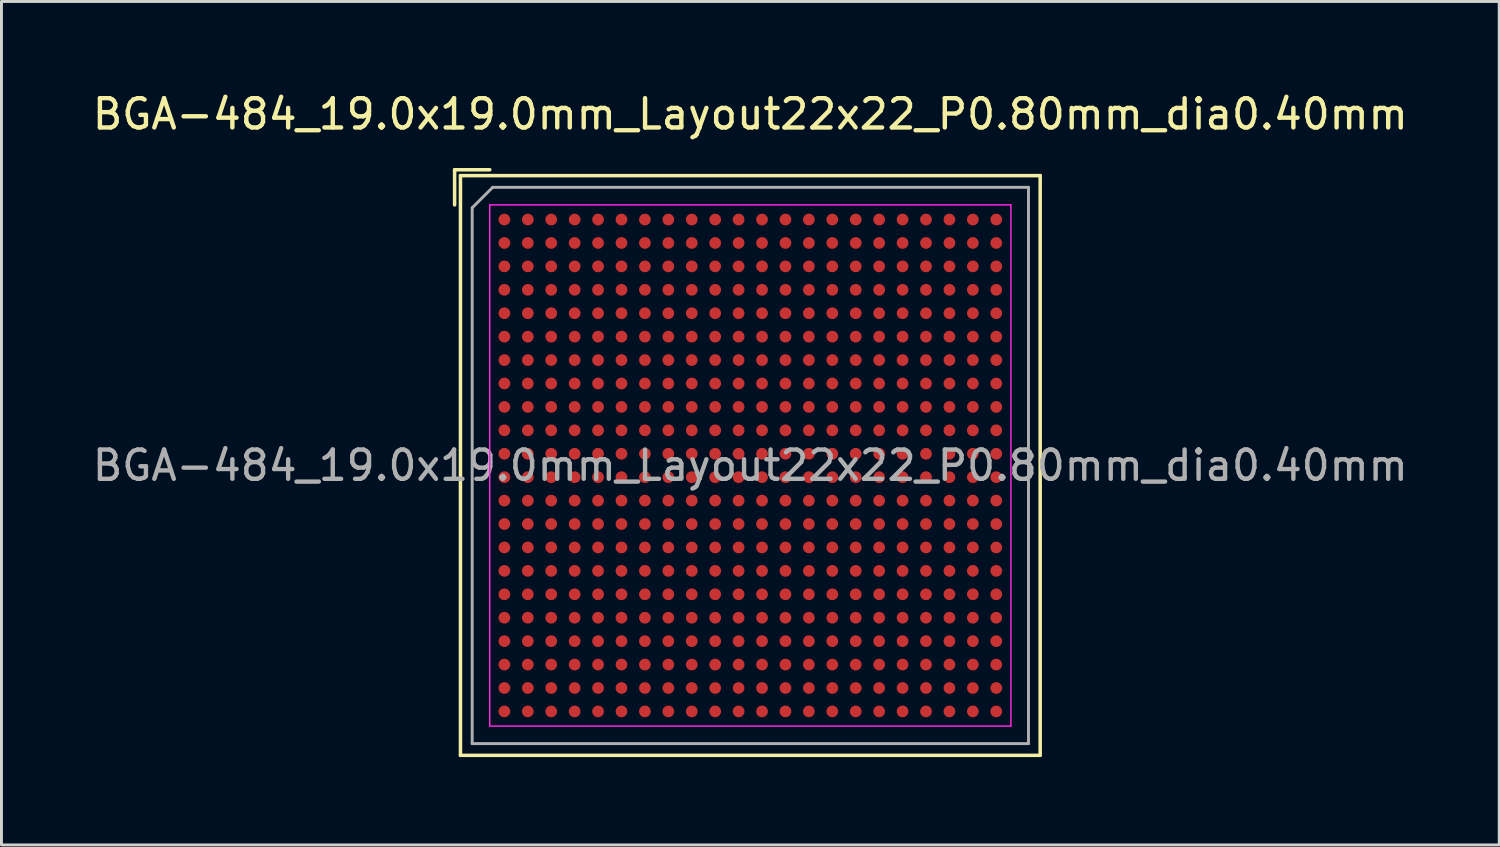
<source format=kicad_pcb>
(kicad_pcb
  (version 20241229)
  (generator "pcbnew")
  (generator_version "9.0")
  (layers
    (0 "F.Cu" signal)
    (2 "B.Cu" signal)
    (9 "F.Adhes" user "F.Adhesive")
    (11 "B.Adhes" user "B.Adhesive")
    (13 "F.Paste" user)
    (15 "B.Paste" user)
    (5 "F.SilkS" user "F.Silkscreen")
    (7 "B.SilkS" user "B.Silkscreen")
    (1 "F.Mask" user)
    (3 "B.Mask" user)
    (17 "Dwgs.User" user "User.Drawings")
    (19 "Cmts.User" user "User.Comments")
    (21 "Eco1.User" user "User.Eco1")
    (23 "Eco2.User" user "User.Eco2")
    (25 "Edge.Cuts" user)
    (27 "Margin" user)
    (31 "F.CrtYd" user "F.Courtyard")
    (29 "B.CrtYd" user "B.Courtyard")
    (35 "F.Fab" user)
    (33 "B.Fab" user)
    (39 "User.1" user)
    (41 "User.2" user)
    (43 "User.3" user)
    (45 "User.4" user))
  (footprint "BGA-484_19.0x19.0mm_Layout22x22_P0.80mm_dia0.40mm"
    (layer "F.Cu")
    (at 22.577 12.848)
    (property "Reference" "BGA-484_19.0x19.0mm_Layout22x22_P0.80mm_dia0.40mm" (at 0 -12 0) (layer "F.SilkS") (effects (font (size 1 1) (thickness 0.15))))
    (attr smd)
    (fp_line (start -10.1 -10.1) (end -8.9 -10.1) (stroke (width 0.12) (type solid)) (layer "F.SilkS"))
    (fp_line (start -10.1 -8.9) (end -10.1 -10.1) (stroke (width 0.12) (type solid)) (layer "F.SilkS"))
    (fp_line (start -9.9 -9.9) (end 9.9 -9.9) (stroke (width 0.12) (type solid)) (layer "F.SilkS"))
    (fp_line (start -9.9 9.9) (end -9.9 -9.9) (stroke (width 0.12) (type solid)) (layer "F.SilkS"))
    (fp_line (start 9.9 -9.9) (end 9.9 9.9) (stroke (width 0.12) (type solid)) (layer "F.SilkS"))
    (fp_line (start 9.9 9.9) (end -9.9 9.9) (stroke (width 0.12) (type solid)) (layer "F.SilkS"))
    (fp_line (start -8.9 -8.9) (end -8.9 8.9) (stroke (width 0.05) (type solid)) (layer "F.CrtYd"))
    (fp_line (start -8.9 -8.9) (end 8.9 -8.9) (stroke (width 0.05) (type solid)) (layer "F.CrtYd"))
    (fp_line (start 8.9 8.9) (end -8.9 8.9) (stroke (width 0.05) (type solid)) (layer "F.CrtYd"))
    (fp_line (start 8.9 8.9) (end 8.9 -8.9) (stroke (width 0.05) (type solid)) (layer "F.CrtYd"))
    (fp_line (start -9.5 -8.8) (end -8.8 -9.5) (stroke (width 0.1) (type solid)) (layer "F.Fab"))
    (fp_line (start -9.5 9.5) (end -9.5 -8.8) (stroke (width 0.1) (type solid)) (layer "F.Fab"))
    (fp_line (start -8.8 -9.5) (end 9.5 -9.5) (stroke (width 0.1) (type solid)) (layer "F.Fab"))
    (fp_line (start 9.5 -9.5) (end 9.5 9.5) (stroke (width 0.1) (type solid)) (layer "F.Fab"))
    (fp_line (start 9.5 9.5) (end -9.5 9.5) (stroke (width 0.1) (type solid)) (layer "F.Fab"))
    (fp_text user "${REFERENCE}" (at 0 0 0) (layer "F.Fab") (effects (font (size 1 1) (thickness 0.15))))
    (pad "A1" smd circle (at -8.4 -8.4) (size 0.4 0.4) (layers "F.Cu" "F.Mask" "F.Paste"))
    (pad "A2" smd circle (at -7.6 -8.4) (size 0.4 0.4) (layers "F.Cu" "F.Mask" "F.Paste"))
    (pad "A3" smd circle (at -6.8 -8.4) (size 0.4 0.4) (layers "F.Cu" "F.Mask" "F.Paste"))
    (pad "A4" smd circle (at -6 -8.4) (size 0.4 0.4) (layers "F.Cu" "F.Mask" "F.Paste"))
    (pad "A5" smd circle (at -5.2 -8.4) (size 0.4 0.4) (layers "F.Cu" "F.Mask" "F.Paste"))
    (pad "A6" smd circle (at -4.4 -8.4) (size 0.4 0.4) (layers "F.Cu" "F.Mask" "F.Paste"))
    (pad "A7" smd circle (at -3.6 -8.4) (size 0.4 0.4) (layers "F.Cu" "F.Mask" "F.Paste"))
    (pad "A8" smd circle (at -2.8 -8.4) (size 0.4 0.4) (layers "F.Cu" "F.Mask" "F.Paste"))
    (pad "A9" smd circle (at -2 -8.4) (size 0.4 0.4) (layers "F.Cu" "F.Mask" "F.Paste"))
    (pad "A10" smd circle (at -1.2 -8.4) (size 0.4 0.4) (layers "F.Cu" "F.Mask" "F.Paste"))
    (pad "A11" smd circle (at -0.4 -8.4) (size 0.4 0.4) (layers "F.Cu" "F.Mask" "F.Paste"))
    (pad "A12" smd circle (at 0.4 -8.4) (size 0.4 0.4) (layers "F.Cu" "F.Mask" "F.Paste"))
    (pad "A13" smd circle (at 1.2 -8.4) (size 0.4 0.4) (layers "F.Cu" "F.Mask" "F.Paste"))
    (pad "A14" smd circle (at 2 -8.4) (size 0.4 0.4) (layers "F.Cu" "F.Mask" "F.Paste"))
    (pad "A15" smd circle (at 2.8 -8.4) (size 0.4 0.4) (layers "F.Cu" "F.Mask" "F.Paste"))
    (pad "A16" smd circle (at 3.6 -8.4) (size 0.4 0.4) (layers "F.Cu" "F.Mask" "F.Paste"))
    (pad "A17" smd circle (at 4.4 -8.4) (size 0.4 0.4) (layers "F.Cu" "F.Mask" "F.Paste"))
    (pad "A18" smd circle (at 5.2 -8.4) (size 0.4 0.4) (layers "F.Cu" "F.Mask" "F.Paste"))
    (pad "A19" smd circle (at 6 -8.4) (size 0.4 0.4) (layers "F.Cu" "F.Mask" "F.Paste"))
    (pad "A20" smd circle (at 6.8 -8.4) (size 0.4 0.4) (layers "F.Cu" "F.Mask" "F.Paste"))
    (pad "A21" smd circle (at 7.6 -8.4) (size 0.4 0.4) (layers "F.Cu" "F.Mask" "F.Paste"))
    (pad "A22" smd circle (at 8.4 -8.4) (size 0.4 0.4) (layers "F.Cu" "F.Mask" "F.Paste"))
    (pad "AA1" smd circle (at -8.4 7.6) (size 0.4 0.4) (layers "F.Cu" "F.Mask" "F.Paste"))
    (pad "AA2" smd circle (at -7.6 7.6) (size 0.4 0.4) (layers "F.Cu" "F.Mask" "F.Paste"))
    (pad "AA3" smd circle (at -6.8 7.6) (size 0.4 0.4) (layers "F.Cu" "F.Mask" "F.Paste"))
    (pad "AA4" smd circle (at -6 7.6) (size 0.4 0.4) (layers "F.Cu" "F.Mask" "F.Paste"))
    (pad "AA5" smd circle (at -5.2 7.6) (size 0.4 0.4) (layers "F.Cu" "F.Mask" "F.Paste"))
    (pad "AA6" smd circle (at -4.4 7.6) (size 0.4 0.4) (layers "F.Cu" "F.Mask" "F.Paste"))
    (pad "AA7" smd circle (at -3.6 7.6) (size 0.4 0.4) (layers "F.Cu" "F.Mask" "F.Paste"))
    (pad "AA8" smd circle (at -2.8 7.6) (size 0.4 0.4) (layers "F.Cu" "F.Mask" "F.Paste"))
    (pad "AA9" smd circle (at -2 7.6) (size 0.4 0.4) (layers "F.Cu" "F.Mask" "F.Paste"))
    (pad "AA10" smd circle (at -1.2 7.6) (size 0.4 0.4) (layers "F.Cu" "F.Mask" "F.Paste"))
    (pad "AA11" smd circle (at -0.4 7.6) (size 0.4 0.4) (layers "F.Cu" "F.Mask" "F.Paste"))
    (pad "AA12" smd circle (at 0.4 7.6) (size 0.4 0.4) (layers "F.Cu" "F.Mask" "F.Paste"))
    (pad "AA13" smd circle (at 1.2 7.6) (size 0.4 0.4) (layers "F.Cu" "F.Mask" "F.Paste"))
    (pad "AA14" smd circle (at 2 7.6) (size 0.4 0.4) (layers "F.Cu" "F.Mask" "F.Paste"))
    (pad "AA15" smd circle (at 2.8 7.6) (size 0.4 0.4) (layers "F.Cu" "F.Mask" "F.Paste"))
    (pad "AA16" smd circle (at 3.6 7.6) (size 0.4 0.4) (layers "F.Cu" "F.Mask" "F.Paste"))
    (pad "AA17" smd circle (at 4.4 7.6) (size 0.4 0.4) (layers "F.Cu" "F.Mask" "F.Paste"))
    (pad "AA18" smd circle (at 5.2 7.6) (size 0.4 0.4) (layers "F.Cu" "F.Mask" "F.Paste"))
    (pad "AA19" smd circle (at 6 7.6) (size 0.4 0.4) (layers "F.Cu" "F.Mask" "F.Paste"))
    (pad "AA20" smd circle (at 6.8 7.6) (size 0.4 0.4) (layers "F.Cu" "F.Mask" "F.Paste"))
    (pad "AA21" smd circle (at 7.6 7.6) (size 0.4 0.4) (layers "F.Cu" "F.Mask" "F.Paste"))
    (pad "AA22" smd circle (at 8.4 7.6) (size 0.4 0.4) (layers "F.Cu" "F.Mask" "F.Paste"))
    (pad "B1" smd circle (at -8.4 -7.6) (size 0.4 0.4) (layers "F.Cu" "F.Mask" "F.Paste"))
    (pad "B2" smd circle (at -7.6 -7.6) (size 0.4 0.4) (layers "F.Cu" "F.Mask" "F.Paste"))
    (pad "B3" smd circle (at -6.8 -7.6) (size 0.4 0.4) (layers "F.Cu" "F.Mask" "F.Paste"))
    (pad "B4" smd circle (at -6 -7.6) (size 0.4 0.4) (layers "F.Cu" "F.Mask" "F.Paste"))
    (pad "B5" smd circle (at -5.2 -7.6) (size 0.4 0.4) (layers "F.Cu" "F.Mask" "F.Paste"))
    (pad "B6" smd circle (at -4.4 -7.6) (size 0.4 0.4) (layers "F.Cu" "F.Mask" "F.Paste"))
    (pad "B7" smd circle (at -3.6 -7.6) (size 0.4 0.4) (layers "F.Cu" "F.Mask" "F.Paste"))
    (pad "B8" smd circle (at -2.8 -7.6) (size 0.4 0.4) (layers "F.Cu" "F.Mask" "F.Paste"))
    (pad "B9" smd circle (at -2 -7.6) (size 0.4 0.4) (layers "F.Cu" "F.Mask" "F.Paste"))
    (pad "B10" smd circle (at -1.2 -7.6) (size 0.4 0.4) (layers "F.Cu" "F.Mask" "F.Paste"))
    (pad "B11" smd circle (at -0.4 -7.6) (size 0.4 0.4) (layers "F.Cu" "F.Mask" "F.Paste"))
    (pad "B12" smd circle (at 0.4 -7.6) (size 0.4 0.4) (layers "F.Cu" "F.Mask" "F.Paste"))
    (pad "B13" smd circle (at 1.2 -7.6) (size 0.4 0.4) (layers "F.Cu" "F.Mask" "F.Paste"))
    (pad "B14" smd circle (at 2 -7.6) (size 0.4 0.4) (layers "F.Cu" "F.Mask" "F.Paste"))
    (pad "B15" smd circle (at 2.8 -7.6) (size 0.4 0.4) (layers "F.Cu" "F.Mask" "F.Paste"))
    (pad "B16" smd circle (at 3.6 -7.6) (size 0.4 0.4) (layers "F.Cu" "F.Mask" "F.Paste"))
    (pad "B17" smd circle (at 4.4 -7.6) (size 0.4 0.4) (layers "F.Cu" "F.Mask" "F.Paste"))
    (pad "B18" smd circle (at 5.2 -7.6) (size 0.4 0.4) (layers "F.Cu" "F.Mask" "F.Paste"))
    (pad "B19" smd circle (at 6 -7.6) (size 0.4 0.4) (layers "F.Cu" "F.Mask" "F.Paste"))
    (pad "B20" smd circle (at 6.8 -7.6) (size 0.4 0.4) (layers "F.Cu" "F.Mask" "F.Paste"))
    (pad "B21" smd circle (at 7.6 -7.6) (size 0.4 0.4) (layers "F.Cu" "F.Mask" "F.Paste"))
    (pad "B22" smd circle (at 8.4 -7.6) (size 0.4 0.4) (layers "F.Cu" "F.Mask" "F.Paste"))
    (pad "BB1" smd circle (at -8.4 8.4) (size 0.4 0.4) (layers "F.Cu" "F.Mask" "F.Paste"))
    (pad "BB2" smd circle (at -7.6 8.4) (size 0.4 0.4) (layers "F.Cu" "F.Mask" "F.Paste"))
    (pad "BB3" smd circle (at -6.8 8.4) (size 0.4 0.4) (layers "F.Cu" "F.Mask" "F.Paste"))
    (pad "BB4" smd circle (at -6 8.4) (size 0.4 0.4) (layers "F.Cu" "F.Mask" "F.Paste"))
    (pad "BB5" smd circle (at -5.2 8.4) (size 0.4 0.4) (layers "F.Cu" "F.Mask" "F.Paste"))
    (pad "BB6" smd circle (at -4.4 8.4) (size 0.4 0.4) (layers "F.Cu" "F.Mask" "F.Paste"))
    (pad "BB7" smd circle (at -3.6 8.4) (size 0.4 0.4) (layers "F.Cu" "F.Mask" "F.Paste"))
    (pad "BB8" smd circle (at -2.8 8.4) (size 0.4 0.4) (layers "F.Cu" "F.Mask" "F.Paste"))
    (pad "BB9" smd circle (at -2 8.4) (size 0.4 0.4) (layers "F.Cu" "F.Mask" "F.Paste"))
    (pad "BB10" smd circle (at -1.2 8.4) (size 0.4 0.4) (layers "F.Cu" "F.Mask" "F.Paste"))
    (pad "BB11" smd circle (at -0.4 8.4) (size 0.4 0.4) (layers "F.Cu" "F.Mask" "F.Paste"))
    (pad "BB12" smd circle (at 0.4 8.4) (size 0.4 0.4) (layers "F.Cu" "F.Mask" "F.Paste"))
    (pad "BB13" smd circle (at 1.2 8.4) (size 0.4 0.4) (layers "F.Cu" "F.Mask" "F.Paste"))
    (pad "BB14" smd circle (at 2 8.4) (size 0.4 0.4) (layers "F.Cu" "F.Mask" "F.Paste"))
    (pad "BB15" smd circle (at 2.8 8.4) (size 0.4 0.4) (layers "F.Cu" "F.Mask" "F.Paste"))
    (pad "BB16" smd circle (at 3.6 8.4) (size 0.4 0.4) (layers "F.Cu" "F.Mask" "F.Paste"))
    (pad "BB17" smd circle (at 4.4 8.4) (size 0.4 0.4) (layers "F.Cu" "F.Mask" "F.Paste"))
    (pad "BB18" smd circle (at 5.2 8.4) (size 0.4 0.4) (layers "F.Cu" "F.Mask" "F.Paste"))
    (pad "BB19" smd circle (at 6 8.4) (size 0.4 0.4) (layers "F.Cu" "F.Mask" "F.Paste"))
    (pad "BB20" smd circle (at 6.8 8.4) (size 0.4 0.4) (layers "F.Cu" "F.Mask" "F.Paste"))
    (pad "BB21" smd circle (at 7.6 8.4) (size 0.4 0.4) (layers "F.Cu" "F.Mask" "F.Paste"))
    (pad "BB22" smd circle (at 8.4 8.4) (size 0.4 0.4) (layers "F.Cu" "F.Mask" "F.Paste"))
    (pad "C1" smd circle (at -8.4 -6.8) (size 0.4 0.4) (layers "F.Cu" "F.Mask" "F.Paste"))
    (pad "C2" smd circle (at -7.6 -6.8) (size 0.4 0.4) (layers "F.Cu" "F.Mask" "F.Paste"))
    (pad "C3" smd circle (at -6.8 -6.8) (size 0.4 0.4) (layers "F.Cu" "F.Mask" "F.Paste"))
    (pad "C4" smd circle (at -6 -6.8) (size 0.4 0.4) (layers "F.Cu" "F.Mask" "F.Paste"))
    (pad "C5" smd circle (at -5.2 -6.8) (size 0.4 0.4) (layers "F.Cu" "F.Mask" "F.Paste"))
    (pad "C6" smd circle (at -4.4 -6.8) (size 0.4 0.4) (layers "F.Cu" "F.Mask" "F.Paste"))
    (pad "C7" smd circle (at -3.6 -6.8) (size 0.4 0.4) (layers "F.Cu" "F.Mask" "F.Paste"))
    (pad "C8" smd circle (at -2.8 -6.8) (size 0.4 0.4) (layers "F.Cu" "F.Mask" "F.Paste"))
    (pad "C9" smd circle (at -2 -6.8) (size 0.4 0.4) (layers "F.Cu" "F.Mask" "F.Paste"))
    (pad "C10" smd circle (at -1.2 -6.8) (size 0.4 0.4) (layers "F.Cu" "F.Mask" "F.Paste"))
    (pad "C11" smd circle (at -0.4 -6.8) (size 0.4 0.4) (layers "F.Cu" "F.Mask" "F.Paste"))
    (pad "C12" smd circle (at 0.4 -6.8) (size 0.4 0.4) (layers "F.Cu" "F.Mask" "F.Paste"))
    (pad "C13" smd circle (at 1.2 -6.8) (size 0.4 0.4) (layers "F.Cu" "F.Mask" "F.Paste"))
    (pad "C14" smd circle (at 2 -6.8) (size 0.4 0.4) (layers "F.Cu" "F.Mask" "F.Paste"))
    (pad "C15" smd circle (at 2.8 -6.8) (size 0.4 0.4) (layers "F.Cu" "F.Mask" "F.Paste"))
    (pad "C16" smd circle (at 3.6 -6.8) (size 0.4 0.4) (layers "F.Cu" "F.Mask" "F.Paste"))
    (pad "C17" smd circle (at 4.4 -6.8) (size 0.4 0.4) (layers "F.Cu" "F.Mask" "F.Paste"))
    (pad "C18" smd circle (at 5.2 -6.8) (size 0.4 0.4) (layers "F.Cu" "F.Mask" "F.Paste"))
    (pad "C19" smd circle (at 6 -6.8) (size 0.4 0.4) (layers "F.Cu" "F.Mask" "F.Paste"))
    (pad "C20" smd circle (at 6.8 -6.8) (size 0.4 0.4) (layers "F.Cu" "F.Mask" "F.Paste"))
    (pad "C21" smd circle (at 7.6 -6.8) (size 0.4 0.4) (layers "F.Cu" "F.Mask" "F.Paste"))
    (pad "C22" smd circle (at 8.4 -6.8) (size 0.4 0.4) (layers "F.Cu" "F.Mask" "F.Paste"))
    (pad "D1" smd circle (at -8.4 -6) (size 0.4 0.4) (layers "F.Cu" "F.Mask" "F.Paste"))
    (pad "D2" smd circle (at -7.6 -6) (size 0.4 0.4) (layers "F.Cu" "F.Mask" "F.Paste"))
    (pad "D3" smd circle (at -6.8 -6) (size 0.4 0.4) (layers "F.Cu" "F.Mask" "F.Paste"))
    (pad "D4" smd circle (at -6 -6) (size 0.4 0.4) (layers "F.Cu" "F.Mask" "F.Paste"))
    (pad "D5" smd circle (at -5.2 -6) (size 0.4 0.4) (layers "F.Cu" "F.Mask" "F.Paste"))
    (pad "D6" smd circle (at -4.4 -6) (size 0.4 0.4) (layers "F.Cu" "F.Mask" "F.Paste"))
    (pad "D7" smd circle (at -3.6 -6) (size 0.4 0.4) (layers "F.Cu" "F.Mask" "F.Paste"))
    (pad "D8" smd circle (at -2.8 -6) (size 0.4 0.4) (layers "F.Cu" "F.Mask" "F.Paste"))
    (pad "D9" smd circle (at -2 -6) (size 0.4 0.4) (layers "F.Cu" "F.Mask" "F.Paste"))
    (pad "D10" smd circle (at -1.2 -6) (size 0.4 0.4) (layers "F.Cu" "F.Mask" "F.Paste"))
    (pad "D11" smd circle (at -0.4 -6) (size 0.4 0.4) (layers "F.Cu" "F.Mask" "F.Paste"))
    (pad "D12" smd circle (at 0.4 -6) (size 0.4 0.4) (layers "F.Cu" "F.Mask" "F.Paste"))
    (pad "D13" smd circle (at 1.2 -6) (size 0.4 0.4) (layers "F.Cu" "F.Mask" "F.Paste"))
    (pad "D14" smd circle (at 2 -6) (size 0.4 0.4) (layers "F.Cu" "F.Mask" "F.Paste"))
    (pad "D15" smd circle (at 2.8 -6) (size 0.4 0.4) (layers "F.Cu" "F.Mask" "F.Paste"))
    (pad "D16" smd circle (at 3.6 -6) (size 0.4 0.4) (layers "F.Cu" "F.Mask" "F.Paste"))
    (pad "D17" smd circle (at 4.4 -6) (size 0.4 0.4) (layers "F.Cu" "F.Mask" "F.Paste"))
    (pad "D18" smd circle (at 5.2 -6) (size 0.4 0.4) (layers "F.Cu" "F.Mask" "F.Paste"))
    (pad "D19" smd circle (at 6 -6) (size 0.4 0.4) (layers "F.Cu" "F.Mask" "F.Paste"))
    (pad "D20" smd circle (at 6.8 -6) (size 0.4 0.4) (layers "F.Cu" "F.Mask" "F.Paste"))
    (pad "D21" smd circle (at 7.6 -6) (size 0.4 0.4) (layers "F.Cu" "F.Mask" "F.Paste"))
    (pad "D22" smd circle (at 8.4 -6) (size 0.4 0.4) (layers "F.Cu" "F.Mask" "F.Paste"))
    (pad "E1" smd circle (at -8.4 -5.2) (size 0.4 0.4) (layers "F.Cu" "F.Mask" "F.Paste"))
    (pad "E2" smd circle (at -7.6 -5.2) (size 0.4 0.4) (layers "F.Cu" "F.Mask" "F.Paste"))
    (pad "E3" smd circle (at -6.8 -5.2) (size 0.4 0.4) (layers "F.Cu" "F.Mask" "F.Paste"))
    (pad "E4" smd circle (at -6 -5.2) (size 0.4 0.4) (layers "F.Cu" "F.Mask" "F.Paste"))
    (pad "E5" smd circle (at -5.2 -5.2) (size 0.4 0.4) (layers "F.Cu" "F.Mask" "F.Paste"))
    (pad "E6" smd circle (at -4.4 -5.2) (size 0.4 0.4) (layers "F.Cu" "F.Mask" "F.Paste"))
    (pad "E7" smd circle (at -3.6 -5.2) (size 0.4 0.4) (layers "F.Cu" "F.Mask" "F.Paste"))
    (pad "E8" smd circle (at -2.8 -5.2) (size 0.4 0.4) (layers "F.Cu" "F.Mask" "F.Paste"))
    (pad "E9" smd circle (at -2 -5.2) (size 0.4 0.4) (layers "F.Cu" "F.Mask" "F.Paste"))
    (pad "E10" smd circle (at -1.2 -5.2) (size 0.4 0.4) (layers "F.Cu" "F.Mask" "F.Paste"))
    (pad "E11" smd circle (at -0.4 -5.2) (size 0.4 0.4) (layers "F.Cu" "F.Mask" "F.Paste"))
    (pad "E12" smd circle (at 0.4 -5.2) (size 0.4 0.4) (layers "F.Cu" "F.Mask" "F.Paste"))
    (pad "E13" smd circle (at 1.2 -5.2) (size 0.4 0.4) (layers "F.Cu" "F.Mask" "F.Paste"))
    (pad "E14" smd circle (at 2 -5.2) (size 0.4 0.4) (layers "F.Cu" "F.Mask" "F.Paste"))
    (pad "E15" smd circle (at 2.8 -5.2) (size 0.4 0.4) (layers "F.Cu" "F.Mask" "F.Paste"))
    (pad "E16" smd circle (at 3.6 -5.2) (size 0.4 0.4) (layers "F.Cu" "F.Mask" "F.Paste"))
    (pad "E17" smd circle (at 4.4 -5.2) (size 0.4 0.4) (layers "F.Cu" "F.Mask" "F.Paste"))
    (pad "E18" smd circle (at 5.2 -5.2) (size 0.4 0.4) (layers "F.Cu" "F.Mask" "F.Paste"))
    (pad "E19" smd circle (at 6 -5.2) (size 0.4 0.4) (layers "F.Cu" "F.Mask" "F.Paste"))
    (pad "E20" smd circle (at 6.8 -5.2) (size 0.4 0.4) (layers "F.Cu" "F.Mask" "F.Paste"))
    (pad "E21" smd circle (at 7.6 -5.2) (size 0.4 0.4) (layers "F.Cu" "F.Mask" "F.Paste"))
    (pad "E22" smd circle (at 8.4 -5.2) (size 0.4 0.4) (layers "F.Cu" "F.Mask" "F.Paste"))
    (pad "F1" smd circle (at -8.4 -4.4) (size 0.4 0.4) (layers "F.Cu" "F.Mask" "F.Paste"))
    (pad "F2" smd circle (at -7.6 -4.4) (size 0.4 0.4) (layers "F.Cu" "F.Mask" "F.Paste"))
    (pad "F3" smd circle (at -6.8 -4.4) (size 0.4 0.4) (layers "F.Cu" "F.Mask" "F.Paste"))
    (pad "F4" smd circle (at -6 -4.4) (size 0.4 0.4) (layers "F.Cu" "F.Mask" "F.Paste"))
    (pad "F5" smd circle (at -5.2 -4.4) (size 0.4 0.4) (layers "F.Cu" "F.Mask" "F.Paste"))
    (pad "F6" smd circle (at -4.4 -4.4) (size 0.4 0.4) (layers "F.Cu" "F.Mask" "F.Paste"))
    (pad "F7" smd circle (at -3.6 -4.4) (size 0.4 0.4) (layers "F.Cu" "F.Mask" "F.Paste"))
    (pad "F8" smd circle (at -2.8 -4.4) (size 0.4 0.4) (layers "F.Cu" "F.Mask" "F.Paste"))
    (pad "F9" smd circle (at -2 -4.4) (size 0.4 0.4) (layers "F.Cu" "F.Mask" "F.Paste"))
    (pad "F10" smd circle (at -1.2 -4.4) (size 0.4 0.4) (layers "F.Cu" "F.Mask" "F.Paste"))
    (pad "F11" smd circle (at -0.4 -4.4) (size 0.4 0.4) (layers "F.Cu" "F.Mask" "F.Paste"))
    (pad "F12" smd circle (at 0.4 -4.4) (size 0.4 0.4) (layers "F.Cu" "F.Mask" "F.Paste"))
    (pad "F13" smd circle (at 1.2 -4.4) (size 0.4 0.4) (layers "F.Cu" "F.Mask" "F.Paste"))
    (pad "F14" smd circle (at 2 -4.4) (size 0.4 0.4) (layers "F.Cu" "F.Mask" "F.Paste"))
    (pad "F15" smd circle (at 2.8 -4.4) (size 0.4 0.4) (layers "F.Cu" "F.Mask" "F.Paste"))
    (pad "F16" smd circle (at 3.6 -4.4) (size 0.4 0.4) (layers "F.Cu" "F.Mask" "F.Paste"))
    (pad "F17" smd circle (at 4.4 -4.4) (size 0.4 0.4) (layers "F.Cu" "F.Mask" "F.Paste"))
    (pad "F18" smd circle (at 5.2 -4.4) (size 0.4 0.4) (layers "F.Cu" "F.Mask" "F.Paste"))
    (pad "F19" smd circle (at 6 -4.4) (size 0.4 0.4) (layers "F.Cu" "F.Mask" "F.Paste"))
    (pad "F20" smd circle (at 6.8 -4.4) (size 0.4 0.4) (layers "F.Cu" "F.Mask" "F.Paste"))
    (pad "F21" smd circle (at 7.6 -4.4) (size 0.4 0.4) (layers "F.Cu" "F.Mask" "F.Paste"))
    (pad "F22" smd circle (at 8.4 -4.4) (size 0.4 0.4) (layers "F.Cu" "F.Mask" "F.Paste"))
    (pad "G1" smd circle (at -8.4 -3.6) (size 0.4 0.4) (layers "F.Cu" "F.Mask" "F.Paste"))
    (pad "G2" smd circle (at -7.6 -3.6) (size 0.4 0.4) (layers "F.Cu" "F.Mask" "F.Paste"))
    (pad "G3" smd circle (at -6.8 -3.6) (size 0.4 0.4) (layers "F.Cu" "F.Mask" "F.Paste"))
    (pad "G4" smd circle (at -6 -3.6) (size 0.4 0.4) (layers "F.Cu" "F.Mask" "F.Paste"))
    (pad "G5" smd circle (at -5.2 -3.6) (size 0.4 0.4) (layers "F.Cu" "F.Mask" "F.Paste"))
    (pad "G6" smd circle (at -4.4 -3.6) (size 0.4 0.4) (layers "F.Cu" "F.Mask" "F.Paste"))
    (pad "G7" smd circle (at -3.6 -3.6) (size 0.4 0.4) (layers "F.Cu" "F.Mask" "F.Paste"))
    (pad "G8" smd circle (at -2.8 -3.6) (size 0.4 0.4) (layers "F.Cu" "F.Mask" "F.Paste"))
    (pad "G9" smd circle (at -2 -3.6) (size 0.4 0.4) (layers "F.Cu" "F.Mask" "F.Paste"))
    (pad "G10" smd circle (at -1.2 -3.6) (size 0.4 0.4) (layers "F.Cu" "F.Mask" "F.Paste"))
    (pad "G11" smd circle (at -0.4 -3.6) (size 0.4 0.4) (layers "F.Cu" "F.Mask" "F.Paste"))
    (pad "G12" smd circle (at 0.4 -3.6) (size 0.4 0.4) (layers "F.Cu" "F.Mask" "F.Paste"))
    (pad "G13" smd circle (at 1.2 -3.6) (size 0.4 0.4) (layers "F.Cu" "F.Mask" "F.Paste"))
    (pad "G14" smd circle (at 2 -3.6) (size 0.4 0.4) (layers "F.Cu" "F.Mask" "F.Paste"))
    (pad "G15" smd circle (at 2.8 -3.6) (size 0.4 0.4) (layers "F.Cu" "F.Mask" "F.Paste"))
    (pad "G16" smd circle (at 3.6 -3.6) (size 0.4 0.4) (layers "F.Cu" "F.Mask" "F.Paste"))
    (pad "G17" smd circle (at 4.4 -3.6) (size 0.4 0.4) (layers "F.Cu" "F.Mask" "F.Paste"))
    (pad "G18" smd circle (at 5.2 -3.6) (size 0.4 0.4) (layers "F.Cu" "F.Mask" "F.Paste"))
    (pad "G19" smd circle (at 6 -3.6) (size 0.4 0.4) (layers "F.Cu" "F.Mask" "F.Paste"))
    (pad "G20" smd circle (at 6.8 -3.6) (size 0.4 0.4) (layers "F.Cu" "F.Mask" "F.Paste"))
    (pad "G21" smd circle (at 7.6 -3.6) (size 0.4 0.4) (layers "F.Cu" "F.Mask" "F.Paste"))
    (pad "G22" smd circle (at 8.4 -3.6) (size 0.4 0.4) (layers "F.Cu" "F.Mask" "F.Paste"))
    (pad "H1" smd circle (at -8.4 -2.8) (size 0.4 0.4) (layers "F.Cu" "F.Mask" "F.Paste"))
    (pad "H2" smd circle (at -7.6 -2.8) (size 0.4 0.4) (layers "F.Cu" "F.Mask" "F.Paste"))
    (pad "H3" smd circle (at -6.8 -2.8) (size 0.4 0.4) (layers "F.Cu" "F.Mask" "F.Paste"))
    (pad "H4" smd circle (at -6 -2.8) (size 0.4 0.4) (layers "F.Cu" "F.Mask" "F.Paste"))
    (pad "H5" smd circle (at -5.2 -2.8) (size 0.4 0.4) (layers "F.Cu" "F.Mask" "F.Paste"))
    (pad "H6" smd circle (at -4.4 -2.8) (size 0.4 0.4) (layers "F.Cu" "F.Mask" "F.Paste"))
    (pad "H7" smd circle (at -3.6 -2.8) (size 0.4 0.4) (layers "F.Cu" "F.Mask" "F.Paste"))
    (pad "H8" smd circle (at -2.8 -2.8) (size 0.4 0.4) (layers "F.Cu" "F.Mask" "F.Paste"))
    (pad "H9" smd circle (at -2 -2.8) (size 0.4 0.4) (layers "F.Cu" "F.Mask" "F.Paste"))
    (pad "H10" smd circle (at -1.2 -2.8) (size 0.4 0.4) (layers "F.Cu" "F.Mask" "F.Paste"))
    (pad "H11" smd circle (at -0.4 -2.8) (size 0.4 0.4) (layers "F.Cu" "F.Mask" "F.Paste"))
    (pad "H12" smd circle (at 0.4 -2.8) (size 0.4 0.4) (layers "F.Cu" "F.Mask" "F.Paste"))
    (pad "H13" smd circle (at 1.2 -2.8) (size 0.4 0.4) (layers "F.Cu" "F.Mask" "F.Paste"))
    (pad "H14" smd circle (at 2 -2.8) (size 0.4 0.4) (layers "F.Cu" "F.Mask" "F.Paste"))
    (pad "H15" smd circle (at 2.8 -2.8) (size 0.4 0.4) (layers "F.Cu" "F.Mask" "F.Paste"))
    (pad "H16" smd circle (at 3.6 -2.8) (size 0.4 0.4) (layers "F.Cu" "F.Mask" "F.Paste"))
    (pad "H17" smd circle (at 4.4 -2.8) (size 0.4 0.4) (layers "F.Cu" "F.Mask" "F.Paste"))
    (pad "H18" smd circle (at 5.2 -2.8) (size 0.4 0.4) (layers "F.Cu" "F.Mask" "F.Paste"))
    (pad "H19" smd circle (at 6 -2.8) (size 0.4 0.4) (layers "F.Cu" "F.Mask" "F.Paste"))
    (pad "H20" smd circle (at 6.8 -2.8) (size 0.4 0.4) (layers "F.Cu" "F.Mask" "F.Paste"))
    (pad "H21" smd circle (at 7.6 -2.8) (size 0.4 0.4) (layers "F.Cu" "F.Mask" "F.Paste"))
    (pad "H22" smd circle (at 8.4 -2.8) (size 0.4 0.4) (layers "F.Cu" "F.Mask" "F.Paste"))
    (pad "J1" smd circle (at -8.4 -2) (size 0.4 0.4) (layers "F.Cu" "F.Mask" "F.Paste"))
    (pad "J2" smd circle (at -7.6 -2) (size 0.4 0.4) (layers "F.Cu" "F.Mask" "F.Paste"))
    (pad "J3" smd circle (at -6.8 -2) (size 0.4 0.4) (layers "F.Cu" "F.Mask" "F.Paste"))
    (pad "J4" smd circle (at -6 -2) (size 0.4 0.4) (layers "F.Cu" "F.Mask" "F.Paste"))
    (pad "J5" smd circle (at -5.2 -2) (size 0.4 0.4) (layers "F.Cu" "F.Mask" "F.Paste"))
    (pad "J6" smd circle (at -4.4 -2) (size 0.4 0.4) (layers "F.Cu" "F.Mask" "F.Paste"))
    (pad "J7" smd circle (at -3.6 -2) (size 0.4 0.4) (layers "F.Cu" "F.Mask" "F.Paste"))
    (pad "J8" smd circle (at -2.8 -2) (size 0.4 0.4) (layers "F.Cu" "F.Mask" "F.Paste"))
    (pad "J9" smd circle (at -2 -2) (size 0.4 0.4) (layers "F.Cu" "F.Mask" "F.Paste"))
    (pad "J10" smd circle (at -1.2 -2) (size 0.4 0.4) (layers "F.Cu" "F.Mask" "F.Paste"))
    (pad "J11" smd circle (at -0.4 -2) (size 0.4 0.4) (layers "F.Cu" "F.Mask" "F.Paste"))
    (pad "J12" smd circle (at 0.4 -2) (size 0.4 0.4) (layers "F.Cu" "F.Mask" "F.Paste"))
    (pad "J13" smd circle (at 1.2 -2) (size 0.4 0.4) (layers "F.Cu" "F.Mask" "F.Paste"))
    (pad "J14" smd circle (at 2 -2) (size 0.4 0.4) (layers "F.Cu" "F.Mask" "F.Paste"))
    (pad "J15" smd circle (at 2.8 -2) (size 0.4 0.4) (layers "F.Cu" "F.Mask" "F.Paste"))
    (pad "J16" smd circle (at 3.6 -2) (size 0.4 0.4) (layers "F.Cu" "F.Mask" "F.Paste"))
    (pad "J17" smd circle (at 4.4 -2) (size 0.4 0.4) (layers "F.Cu" "F.Mask" "F.Paste"))
    (pad "J18" smd circle (at 5.2 -2) (size 0.4 0.4) (layers "F.Cu" "F.Mask" "F.Paste"))
    (pad "J19" smd circle (at 6 -2) (size 0.4 0.4) (layers "F.Cu" "F.Mask" "F.Paste"))
    (pad "J20" smd circle (at 6.8 -2) (size 0.4 0.4) (layers "F.Cu" "F.Mask" "F.Paste"))
    (pad "J21" smd circle (at 7.6 -2) (size 0.4 0.4) (layers "F.Cu" "F.Mask" "F.Paste"))
    (pad "J22" smd circle (at 8.4 -2) (size 0.4 0.4) (layers "F.Cu" "F.Mask" "F.Paste"))
    (pad "K1" smd circle (at -8.4 -1.2) (size 0.4 0.4) (layers "F.Cu" "F.Mask" "F.Paste"))
    (pad "K2" smd circle (at -7.6 -1.2) (size 0.4 0.4) (layers "F.Cu" "F.Mask" "F.Paste"))
    (pad "K3" smd circle (at -6.8 -1.2) (size 0.4 0.4) (layers "F.Cu" "F.Mask" "F.Paste"))
    (pad "K4" smd circle (at -6 -1.2) (size 0.4 0.4) (layers "F.Cu" "F.Mask" "F.Paste"))
    (pad "K5" smd circle (at -5.2 -1.2) (size 0.4 0.4) (layers "F.Cu" "F.Mask" "F.Paste"))
    (pad "K6" smd circle (at -4.4 -1.2) (size 0.4 0.4) (layers "F.Cu" "F.Mask" "F.Paste"))
    (pad "K7" smd circle (at -3.6 -1.2) (size 0.4 0.4) (layers "F.Cu" "F.Mask" "F.Paste"))
    (pad "K8" smd circle (at -2.8 -1.2) (size 0.4 0.4) (layers "F.Cu" "F.Mask" "F.Paste"))
    (pad "K9" smd circle (at -2 -1.2) (size 0.4 0.4) (layers "F.Cu" "F.Mask" "F.Paste"))
    (pad "K10" smd circle (at -1.2 -1.2) (size 0.4 0.4) (layers "F.Cu" "F.Mask" "F.Paste"))
    (pad "K11" smd circle (at -0.4 -1.2) (size 0.4 0.4) (layers "F.Cu" "F.Mask" "F.Paste"))
    (pad "K12" smd circle (at 0.4 -1.2) (size 0.4 0.4) (layers "F.Cu" "F.Mask" "F.Paste"))
    (pad "K13" smd circle (at 1.2 -1.2) (size 0.4 0.4) (layers "F.Cu" "F.Mask" "F.Paste"))
    (pad "K14" smd circle (at 2 -1.2) (size 0.4 0.4) (layers "F.Cu" "F.Mask" "F.Paste"))
    (pad "K15" smd circle (at 2.8 -1.2) (size 0.4 0.4) (layers "F.Cu" "F.Mask" "F.Paste"))
    (pad "K16" smd circle (at 3.6 -1.2) (size 0.4 0.4) (layers "F.Cu" "F.Mask" "F.Paste"))
    (pad "K17" smd circle (at 4.4 -1.2) (size 0.4 0.4) (layers "F.Cu" "F.Mask" "F.Paste"))
    (pad "K18" smd circle (at 5.2 -1.2) (size 0.4 0.4) (layers "F.Cu" "F.Mask" "F.Paste"))
    (pad "K19" smd circle (at 6 -1.2) (size 0.4 0.4) (layers "F.Cu" "F.Mask" "F.Paste"))
    (pad "K20" smd circle (at 6.8 -1.2) (size 0.4 0.4) (layers "F.Cu" "F.Mask" "F.Paste"))
    (pad "K21" smd circle (at 7.6 -1.2) (size 0.4 0.4) (layers "F.Cu" "F.Mask" "F.Paste"))
    (pad "K22" smd circle (at 8.4 -1.2) (size 0.4 0.4) (layers "F.Cu" "F.Mask" "F.Paste"))
    (pad "L1" smd circle (at -8.4 -0.4) (size 0.4 0.4) (layers "F.Cu" "F.Mask" "F.Paste"))
    (pad "L2" smd circle (at -7.6 -0.4) (size 0.4 0.4) (layers "F.Cu" "F.Mask" "F.Paste"))
    (pad "L3" smd circle (at -6.8 -0.4) (size 0.4 0.4) (layers "F.Cu" "F.Mask" "F.Paste"))
    (pad "L4" smd circle (at -6 -0.4) (size 0.4 0.4) (layers "F.Cu" "F.Mask" "F.Paste"))
    (pad "L5" smd circle (at -5.2 -0.4) (size 0.4 0.4) (layers "F.Cu" "F.Mask" "F.Paste"))
    (pad "L6" smd circle (at -4.4 -0.4) (size 0.4 0.4) (layers "F.Cu" "F.Mask" "F.Paste"))
    (pad "L7" smd circle (at -3.6 -0.4) (size 0.4 0.4) (layers "F.Cu" "F.Mask" "F.Paste"))
    (pad "L8" smd circle (at -2.8 -0.4) (size 0.4 0.4) (layers "F.Cu" "F.Mask" "F.Paste"))
    (pad "L9" smd circle (at -2 -0.4) (size 0.4 0.4) (layers "F.Cu" "F.Mask" "F.Paste"))
    (pad "L10" smd circle (at -1.2 -0.4) (size 0.4 0.4) (layers "F.Cu" "F.Mask" "F.Paste"))
    (pad "L11" smd circle (at -0.4 -0.4) (size 0.4 0.4) (layers "F.Cu" "F.Mask" "F.Paste"))
    (pad "L12" smd circle (at 0.4 -0.4) (size 0.4 0.4) (layers "F.Cu" "F.Mask" "F.Paste"))
    (pad "L13" smd circle (at 1.2 -0.4) (size 0.4 0.4) (layers "F.Cu" "F.Mask" "F.Paste"))
    (pad "L14" smd circle (at 2 -0.4) (size 0.4 0.4) (layers "F.Cu" "F.Mask" "F.Paste"))
    (pad "L15" smd circle (at 2.8 -0.4) (size 0.4 0.4) (layers "F.Cu" "F.Mask" "F.Paste"))
    (pad "L16" smd circle (at 3.6 -0.4) (size 0.4 0.4) (layers "F.Cu" "F.Mask" "F.Paste"))
    (pad "L17" smd circle (at 4.4 -0.4) (size 0.4 0.4) (layers "F.Cu" "F.Mask" "F.Paste"))
    (pad "L18" smd circle (at 5.2 -0.4) (size 0.4 0.4) (layers "F.Cu" "F.Mask" "F.Paste"))
    (pad "L19" smd circle (at 6 -0.4) (size 0.4 0.4) (layers "F.Cu" "F.Mask" "F.Paste"))
    (pad "L20" smd circle (at 6.8 -0.4) (size 0.4 0.4) (layers "F.Cu" "F.Mask" "F.Paste"))
    (pad "L21" smd circle (at 7.6 -0.4) (size 0.4 0.4) (layers "F.Cu" "F.Mask" "F.Paste"))
    (pad "L22" smd circle (at 8.4 -0.4) (size 0.4 0.4) (layers "F.Cu" "F.Mask" "F.Paste"))
    (pad "M1" smd circle (at -8.4 0.4) (size 0.4 0.4) (layers "F.Cu" "F.Mask" "F.Paste"))
    (pad "M2" smd circle (at -7.6 0.4) (size 0.4 0.4) (layers "F.Cu" "F.Mask" "F.Paste"))
    (pad "M3" smd circle (at -6.8 0.4) (size 0.4 0.4) (layers "F.Cu" "F.Mask" "F.Paste"))
    (pad "M4" smd circle (at -6 0.4) (size 0.4 0.4) (layers "F.Cu" "F.Mask" "F.Paste"))
    (pad "M5" smd circle (at -5.2 0.4) (size 0.4 0.4) (layers "F.Cu" "F.Mask" "F.Paste"))
    (pad "M6" smd circle (at -4.4 0.4) (size 0.4 0.4) (layers "F.Cu" "F.Mask" "F.Paste"))
    (pad "M7" smd circle (at -3.6 0.4) (size 0.4 0.4) (layers "F.Cu" "F.Mask" "F.Paste"))
    (pad "M8" smd circle (at -2.8 0.4) (size 0.4 0.4) (layers "F.Cu" "F.Mask" "F.Paste"))
    (pad "M9" smd circle (at -2 0.4) (size 0.4 0.4) (layers "F.Cu" "F.Mask" "F.Paste"))
    (pad "M10" smd circle (at -1.2 0.4) (size 0.4 0.4) (layers "F.Cu" "F.Mask" "F.Paste"))
    (pad "M11" smd circle (at -0.4 0.4) (size 0.4 0.4) (layers "F.Cu" "F.Mask" "F.Paste"))
    (pad "M12" smd circle (at 0.4 0.4) (size 0.4 0.4) (layers "F.Cu" "F.Mask" "F.Paste"))
    (pad "M13" smd circle (at 1.2 0.4) (size 0.4 0.4) (layers "F.Cu" "F.Mask" "F.Paste"))
    (pad "M14" smd circle (at 2 0.4) (size 0.4 0.4) (layers "F.Cu" "F.Mask" "F.Paste"))
    (pad "M15" smd circle (at 2.8 0.4) (size 0.4 0.4) (layers "F.Cu" "F.Mask" "F.Paste"))
    (pad "M16" smd circle (at 3.6 0.4) (size 0.4 0.4) (layers "F.Cu" "F.Mask" "F.Paste"))
    (pad "M17" smd circle (at 4.4 0.4) (size 0.4 0.4) (layers "F.Cu" "F.Mask" "F.Paste"))
    (pad "M18" smd circle (at 5.2 0.4) (size 0.4 0.4) (layers "F.Cu" "F.Mask" "F.Paste"))
    (pad "M19" smd circle (at 6 0.4) (size 0.4 0.4) (layers "F.Cu" "F.Mask" "F.Paste"))
    (pad "M20" smd circle (at 6.8 0.4) (size 0.4 0.4) (layers "F.Cu" "F.Mask" "F.Paste"))
    (pad "M21" smd circle (at 7.6 0.4) (size 0.4 0.4) (layers "F.Cu" "F.Mask" "F.Paste"))
    (pad "M22" smd circle (at 8.4 0.4) (size 0.4 0.4) (layers "F.Cu" "F.Mask" "F.Paste"))
    (pad "N1" smd circle (at -8.4 1.2) (size 0.4 0.4) (layers "F.Cu" "F.Mask" "F.Paste"))
    (pad "N2" smd circle (at -7.6 1.2) (size 0.4 0.4) (layers "F.Cu" "F.Mask" "F.Paste"))
    (pad "N3" smd circle (at -6.8 1.2) (size 0.4 0.4) (layers "F.Cu" "F.Mask" "F.Paste"))
    (pad "N4" smd circle (at -6 1.2) (size 0.4 0.4) (layers "F.Cu" "F.Mask" "F.Paste"))
    (pad "N5" smd circle (at -5.2 1.2) (size 0.4 0.4) (layers "F.Cu" "F.Mask" "F.Paste"))
    (pad "N6" smd circle (at -4.4 1.2) (size 0.4 0.4) (layers "F.Cu" "F.Mask" "F.Paste"))
    (pad "N7" smd circle (at -3.6 1.2) (size 0.4 0.4) (layers "F.Cu" "F.Mask" "F.Paste"))
    (pad "N8" smd circle (at -2.8 1.2) (size 0.4 0.4) (layers "F.Cu" "F.Mask" "F.Paste"))
    (pad "N9" smd circle (at -2 1.2) (size 0.4 0.4) (layers "F.Cu" "F.Mask" "F.Paste"))
    (pad "N10" smd circle (at -1.2 1.2) (size 0.4 0.4) (layers "F.Cu" "F.Mask" "F.Paste"))
    (pad "N11" smd circle (at -0.4 1.2) (size 0.4 0.4) (layers "F.Cu" "F.Mask" "F.Paste"))
    (pad "N12" smd circle (at 0.4 1.2) (size 0.4 0.4) (layers "F.Cu" "F.Mask" "F.Paste"))
    (pad "N13" smd circle (at 1.2 1.2) (size 0.4 0.4) (layers "F.Cu" "F.Mask" "F.Paste"))
    (pad "N14" smd circle (at 2 1.2) (size 0.4 0.4) (layers "F.Cu" "F.Mask" "F.Paste"))
    (pad "N15" smd circle (at 2.8 1.2) (size 0.4 0.4) (layers "F.Cu" "F.Mask" "F.Paste"))
    (pad "N16" smd circle (at 3.6 1.2) (size 0.4 0.4) (layers "F.Cu" "F.Mask" "F.Paste"))
    (pad "N17" smd circle (at 4.4 1.2) (size 0.4 0.4) (layers "F.Cu" "F.Mask" "F.Paste"))
    (pad "N18" smd circle (at 5.2 1.2) (size 0.4 0.4) (layers "F.Cu" "F.Mask" "F.Paste"))
    (pad "N19" smd circle (at 6 1.2) (size 0.4 0.4) (layers "F.Cu" "F.Mask" "F.Paste"))
    (pad "N20" smd circle (at 6.8 1.2) (size 0.4 0.4) (layers "F.Cu" "F.Mask" "F.Paste"))
    (pad "N21" smd circle (at 7.6 1.2) (size 0.4 0.4) (layers "F.Cu" "F.Mask" "F.Paste"))
    (pad "N22" smd circle (at 8.4 1.2) (size 0.4 0.4) (layers "F.Cu" "F.Mask" "F.Paste"))
    (pad "P1" smd circle (at -8.4 2) (size 0.4 0.4) (layers "F.Cu" "F.Mask" "F.Paste"))
    (pad "P2" smd circle (at -7.6 2) (size 0.4 0.4) (layers "F.Cu" "F.Mask" "F.Paste"))
    (pad "P3" smd circle (at -6.8 2) (size 0.4 0.4) (layers "F.Cu" "F.Mask" "F.Paste"))
    (pad "P4" smd circle (at -6 2) (size 0.4 0.4) (layers "F.Cu" "F.Mask" "F.Paste"))
    (pad "P5" smd circle (at -5.2 2) (size 0.4 0.4) (layers "F.Cu" "F.Mask" "F.Paste"))
    (pad "P6" smd circle (at -4.4 2) (size 0.4 0.4) (layers "F.Cu" "F.Mask" "F.Paste"))
    (pad "P7" smd circle (at -3.6 2) (size 0.4 0.4) (layers "F.Cu" "F.Mask" "F.Paste"))
    (pad "P8" smd circle (at -2.8 2) (size 0.4 0.4) (layers "F.Cu" "F.Mask" "F.Paste"))
    (pad "P9" smd circle (at -2 2) (size 0.4 0.4) (layers "F.Cu" "F.Mask" "F.Paste"))
    (pad "P10" smd circle (at -1.2 2) (size 0.4 0.4) (layers "F.Cu" "F.Mask" "F.Paste"))
    (pad "P11" smd circle (at -0.4 2) (size 0.4 0.4) (layers "F.Cu" "F.Mask" "F.Paste"))
    (pad "P12" smd circle (at 0.4 2) (size 0.4 0.4) (layers "F.Cu" "F.Mask" "F.Paste"))
    (pad "P13" smd circle (at 1.2 2) (size 0.4 0.4) (layers "F.Cu" "F.Mask" "F.Paste"))
    (pad "P14" smd circle (at 2 2) (size 0.4 0.4) (layers "F.Cu" "F.Mask" "F.Paste"))
    (pad "P15" smd circle (at 2.8 2) (size 0.4 0.4) (layers "F.Cu" "F.Mask" "F.Paste"))
    (pad "P16" smd circle (at 3.6 2) (size 0.4 0.4) (layers "F.Cu" "F.Mask" "F.Paste"))
    (pad "P17" smd circle (at 4.4 2) (size 0.4 0.4) (layers "F.Cu" "F.Mask" "F.Paste"))
    (pad "P18" smd circle (at 5.2 2) (size 0.4 0.4) (layers "F.Cu" "F.Mask" "F.Paste"))
    (pad "P19" smd circle (at 6 2) (size 0.4 0.4) (layers "F.Cu" "F.Mask" "F.Paste"))
    (pad "P20" smd circle (at 6.8 2) (size 0.4 0.4) (layers "F.Cu" "F.Mask" "F.Paste"))
    (pad "P21" smd circle (at 7.6 2) (size 0.4 0.4) (layers "F.Cu" "F.Mask" "F.Paste"))
    (pad "P22" smd circle (at 8.4 2) (size 0.4 0.4) (layers "F.Cu" "F.Mask" "F.Paste"))
    (pad "R1" smd circle (at -8.4 2.8) (size 0.4 0.4) (layers "F.Cu" "F.Mask" "F.Paste"))
    (pad "R2" smd circle (at -7.6 2.8) (size 0.4 0.4) (layers "F.Cu" "F.Mask" "F.Paste"))
    (pad "R3" smd circle (at -6.8 2.8) (size 0.4 0.4) (layers "F.Cu" "F.Mask" "F.Paste"))
    (pad "R4" smd circle (at -6 2.8) (size 0.4 0.4) (layers "F.Cu" "F.Mask" "F.Paste"))
    (pad "R5" smd circle (at -5.2 2.8) (size 0.4 0.4) (layers "F.Cu" "F.Mask" "F.Paste"))
    (pad "R6" smd circle (at -4.4 2.8) (size 0.4 0.4) (layers "F.Cu" "F.Mask" "F.Paste"))
    (pad "R7" smd circle (at -3.6 2.8) (size 0.4 0.4) (layers "F.Cu" "F.Mask" "F.Paste"))
    (pad "R8" smd circle (at -2.8 2.8) (size 0.4 0.4) (layers "F.Cu" "F.Mask" "F.Paste"))
    (pad "R9" smd circle (at -2 2.8) (size 0.4 0.4) (layers "F.Cu" "F.Mask" "F.Paste"))
    (pad "R10" smd circle (at -1.2 2.8) (size 0.4 0.4) (layers "F.Cu" "F.Mask" "F.Paste"))
    (pad "R11" smd circle (at -0.4 2.8) (size 0.4 0.4) (layers "F.Cu" "F.Mask" "F.Paste"))
    (pad "R12" smd circle (at 0.4 2.8) (size 0.4 0.4) (layers "F.Cu" "F.Mask" "F.Paste"))
    (pad "R13" smd circle (at 1.2 2.8) (size 0.4 0.4) (layers "F.Cu" "F.Mask" "F.Paste"))
    (pad "R14" smd circle (at 2 2.8) (size 0.4 0.4) (layers "F.Cu" "F.Mask" "F.Paste"))
    (pad "R15" smd circle (at 2.8 2.8) (size 0.4 0.4) (layers "F.Cu" "F.Mask" "F.Paste"))
    (pad "R16" smd circle (at 3.6 2.8) (size 0.4 0.4) (layers "F.Cu" "F.Mask" "F.Paste"))
    (pad "R17" smd circle (at 4.4 2.8) (size 0.4 0.4) (layers "F.Cu" "F.Mask" "F.Paste"))
    (pad "R18" smd circle (at 5.2 2.8) (size 0.4 0.4) (layers "F.Cu" "F.Mask" "F.Paste"))
    (pad "R19" smd circle (at 6 2.8) (size 0.4 0.4) (layers "F.Cu" "F.Mask" "F.Paste"))
    (pad "R20" smd circle (at 6.8 2.8) (size 0.4 0.4) (layers "F.Cu" "F.Mask" "F.Paste"))
    (pad "R21" smd circle (at 7.6 2.8) (size 0.4 0.4) (layers "F.Cu" "F.Mask" "F.Paste"))
    (pad "R22" smd circle (at 8.4 2.8) (size 0.4 0.4) (layers "F.Cu" "F.Mask" "F.Paste"))
    (pad "T1" smd circle (at -8.4 3.6) (size 0.4 0.4) (layers "F.Cu" "F.Mask" "F.Paste"))
    (pad "T2" smd circle (at -7.6 3.6) (size 0.4 0.4) (layers "F.Cu" "F.Mask" "F.Paste"))
    (pad "T3" smd circle (at -6.8 3.6) (size 0.4 0.4) (layers "F.Cu" "F.Mask" "F.Paste"))
    (pad "T4" smd circle (at -6 3.6) (size 0.4 0.4) (layers "F.Cu" "F.Mask" "F.Paste"))
    (pad "T5" smd circle (at -5.2 3.6) (size 0.4 0.4) (layers "F.Cu" "F.Mask" "F.Paste"))
    (pad "T6" smd circle (at -4.4 3.6) (size 0.4 0.4) (layers "F.Cu" "F.Mask" "F.Paste"))
    (pad "T7" smd circle (at -3.6 3.6) (size 0.4 0.4) (layers "F.Cu" "F.Mask" "F.Paste"))
    (pad "T8" smd circle (at -2.8 3.6) (size 0.4 0.4) (layers "F.Cu" "F.Mask" "F.Paste"))
    (pad "T9" smd circle (at -2 3.6) (size 0.4 0.4) (layers "F.Cu" "F.Mask" "F.Paste"))
    (pad "T10" smd circle (at -1.2 3.6) (size 0.4 0.4) (layers "F.Cu" "F.Mask" "F.Paste"))
    (pad "T11" smd circle (at -0.4 3.6) (size 0.4 0.4) (layers "F.Cu" "F.Mask" "F.Paste"))
    (pad "T12" smd circle (at 0.4 3.6) (size 0.4 0.4) (layers "F.Cu" "F.Mask" "F.Paste"))
    (pad "T13" smd circle (at 1.2 3.6) (size 0.4 0.4) (layers "F.Cu" "F.Mask" "F.Paste"))
    (pad "T14" smd circle (at 2 3.6) (size 0.4 0.4) (layers "F.Cu" "F.Mask" "F.Paste"))
    (pad "T15" smd circle (at 2.8 3.6) (size 0.4 0.4) (layers "F.Cu" "F.Mask" "F.Paste"))
    (pad "T16" smd circle (at 3.6 3.6) (size 0.4 0.4) (layers "F.Cu" "F.Mask" "F.Paste"))
    (pad "T17" smd circle (at 4.4 3.6) (size 0.4 0.4) (layers "F.Cu" "F.Mask" "F.Paste"))
    (pad "T18" smd circle (at 5.2 3.6) (size 0.4 0.4) (layers "F.Cu" "F.Mask" "F.Paste"))
    (pad "T19" smd circle (at 6 3.6) (size 0.4 0.4) (layers "F.Cu" "F.Mask" "F.Paste"))
    (pad "T20" smd circle (at 6.8 3.6) (size 0.4 0.4) (layers "F.Cu" "F.Mask" "F.Paste"))
    (pad "T21" smd circle (at 7.6 3.6) (size 0.4 0.4) (layers "F.Cu" "F.Mask" "F.Paste"))
    (pad "T22" smd circle (at 8.4 3.6) (size 0.4 0.4) (layers "F.Cu" "F.Mask" "F.Paste"))
    (pad "U1" smd circle (at -8.4 4.4) (size 0.4 0.4) (layers "F.Cu" "F.Mask" "F.Paste"))
    (pad "U2" smd circle (at -7.6 4.4) (size 0.4 0.4) (layers "F.Cu" "F.Mask" "F.Paste"))
    (pad "U3" smd circle (at -6.8 4.4) (size 0.4 0.4) (layers "F.Cu" "F.Mask" "F.Paste"))
    (pad "U4" smd circle (at -6 4.4) (size 0.4 0.4) (layers "F.Cu" "F.Mask" "F.Paste"))
    (pad "U5" smd circle (at -5.2 4.4) (size 0.4 0.4) (layers "F.Cu" "F.Mask" "F.Paste"))
    (pad "U6" smd circle (at -4.4 4.4) (size 0.4 0.4) (layers "F.Cu" "F.Mask" "F.Paste"))
    (pad "U7" smd circle (at -3.6 4.4) (size 0.4 0.4) (layers "F.Cu" "F.Mask" "F.Paste"))
    (pad "U8" smd circle (at -2.8 4.4) (size 0.4 0.4) (layers "F.Cu" "F.Mask" "F.Paste"))
    (pad "U9" smd circle (at -2 4.4) (size 0.4 0.4) (layers "F.Cu" "F.Mask" "F.Paste"))
    (pad "U10" smd circle (at -1.2 4.4) (size 0.4 0.4) (layers "F.Cu" "F.Mask" "F.Paste"))
    (pad "U11" smd circle (at -0.4 4.4) (size 0.4 0.4) (layers "F.Cu" "F.Mask" "F.Paste"))
    (pad "U12" smd circle (at 0.4 4.4) (size 0.4 0.4) (layers "F.Cu" "F.Mask" "F.Paste"))
    (pad "U13" smd circle (at 1.2 4.4) (size 0.4 0.4) (layers "F.Cu" "F.Mask" "F.Paste"))
    (pad "U14" smd circle (at 2 4.4) (size 0.4 0.4) (layers "F.Cu" "F.Mask" "F.Paste"))
    (pad "U15" smd circle (at 2.8 4.4) (size 0.4 0.4) (layers "F.Cu" "F.Mask" "F.Paste"))
    (pad "U16" smd circle (at 3.6 4.4) (size 0.4 0.4) (layers "F.Cu" "F.Mask" "F.Paste"))
    (pad "U17" smd circle (at 4.4 4.4) (size 0.4 0.4) (layers "F.Cu" "F.Mask" "F.Paste"))
    (pad "U18" smd circle (at 5.2 4.4) (size 0.4 0.4) (layers "F.Cu" "F.Mask" "F.Paste"))
    (pad "U19" smd circle (at 6 4.4) (size 0.4 0.4) (layers "F.Cu" "F.Mask" "F.Paste"))
    (pad "U20" smd circle (at 6.8 4.4) (size 0.4 0.4) (layers "F.Cu" "F.Mask" "F.Paste"))
    (pad "U21" smd circle (at 7.6 4.4) (size 0.4 0.4) (layers "F.Cu" "F.Mask" "F.Paste"))
    (pad "U22" smd circle (at 8.4 4.4) (size 0.4 0.4) (layers "F.Cu" "F.Mask" "F.Paste"))
    (pad "V1" smd circle (at -8.4 5.2) (size 0.4 0.4) (layers "F.Cu" "F.Mask" "F.Paste"))
    (pad "V2" smd circle (at -7.6 5.2) (size 0.4 0.4) (layers "F.Cu" "F.Mask" "F.Paste"))
    (pad "V3" smd circle (at -6.8 5.2) (size 0.4 0.4) (layers "F.Cu" "F.Mask" "F.Paste"))
    (pad "V4" smd circle (at -6 5.2) (size 0.4 0.4) (layers "F.Cu" "F.Mask" "F.Paste"))
    (pad "V5" smd circle (at -5.2 5.2) (size 0.4 0.4) (layers "F.Cu" "F.Mask" "F.Paste"))
    (pad "V6" smd circle (at -4.4 5.2) (size 0.4 0.4) (layers "F.Cu" "F.Mask" "F.Paste"))
    (pad "V7" smd circle (at -3.6 5.2) (size 0.4 0.4) (layers "F.Cu" "F.Mask" "F.Paste"))
    (pad "V8" smd circle (at -2.8 5.2) (size 0.4 0.4) (layers "F.Cu" "F.Mask" "F.Paste"))
    (pad "V9" smd circle (at -2 5.2) (size 0.4 0.4) (layers "F.Cu" "F.Mask" "F.Paste"))
    (pad "V10" smd circle (at -1.2 5.2) (size 0.4 0.4) (layers "F.Cu" "F.Mask" "F.Paste"))
    (pad "V11" smd circle (at -0.4 5.2) (size 0.4 0.4) (layers "F.Cu" "F.Mask" "F.Paste"))
    (pad "V12" smd circle (at 0.4 5.2) (size 0.4 0.4) (layers "F.Cu" "F.Mask" "F.Paste"))
    (pad "V13" smd circle (at 1.2 5.2) (size 0.4 0.4) (layers "F.Cu" "F.Mask" "F.Paste"))
    (pad "V14" smd circle (at 2 5.2) (size 0.4 0.4) (layers "F.Cu" "F.Mask" "F.Paste"))
    (pad "V15" smd circle (at 2.8 5.2) (size 0.4 0.4) (layers "F.Cu" "F.Mask" "F.Paste"))
    (pad "V16" smd circle (at 3.6 5.2) (size 0.4 0.4) (layers "F.Cu" "F.Mask" "F.Paste"))
    (pad "V17" smd circle (at 4.4 5.2) (size 0.4 0.4) (layers "F.Cu" "F.Mask" "F.Paste"))
    (pad "V18" smd circle (at 5.2 5.2) (size 0.4 0.4) (layers "F.Cu" "F.Mask" "F.Paste"))
    (pad "V19" smd circle (at 6 5.2) (size 0.4 0.4) (layers "F.Cu" "F.Mask" "F.Paste"))
    (pad "V20" smd circle (at 6.8 5.2) (size 0.4 0.4) (layers "F.Cu" "F.Mask" "F.Paste"))
    (pad "V21" smd circle (at 7.6 5.2) (size 0.4 0.4) (layers "F.Cu" "F.Mask" "F.Paste"))
    (pad "V22" smd circle (at 8.4 5.2) (size 0.4 0.4) (layers "F.Cu" "F.Mask" "F.Paste"))
    (pad "W1" smd circle (at -8.4 6) (size 0.4 0.4) (layers "F.Cu" "F.Mask" "F.Paste"))
    (pad "W2" smd circle (at -7.6 6) (size 0.4 0.4) (layers "F.Cu" "F.Mask" "F.Paste"))
    (pad "W3" smd circle (at -6.8 6) (size 0.4 0.4) (layers "F.Cu" "F.Mask" "F.Paste"))
    (pad "W4" smd circle (at -6 6) (size 0.4 0.4) (layers "F.Cu" "F.Mask" "F.Paste"))
    (pad "W5" smd circle (at -5.2 6) (size 0.4 0.4) (layers "F.Cu" "F.Mask" "F.Paste"))
    (pad "W6" smd circle (at -4.4 6) (size 0.4 0.4) (layers "F.Cu" "F.Mask" "F.Paste"))
    (pad "W7" smd circle (at -3.6 6) (size 0.4 0.4) (layers "F.Cu" "F.Mask" "F.Paste"))
    (pad "W8" smd circle (at -2.8 6) (size 0.4 0.4) (layers "F.Cu" "F.Mask" "F.Paste"))
    (pad "W9" smd circle (at -2 6) (size 0.4 0.4) (layers "F.Cu" "F.Mask" "F.Paste"))
    (pad "W10" smd circle (at -1.2 6) (size 0.4 0.4) (layers "F.Cu" "F.Mask" "F.Paste"))
    (pad "W11" smd circle (at -0.4 6) (size 0.4 0.4) (layers "F.Cu" "F.Mask" "F.Paste"))
    (pad "W12" smd circle (at 0.4 6) (size 0.4 0.4) (layers "F.Cu" "F.Mask" "F.Paste"))
    (pad "W13" smd circle (at 1.2 6) (size 0.4 0.4) (layers "F.Cu" "F.Mask" "F.Paste"))
    (pad "W14" smd circle (at 2 6) (size 0.4 0.4) (layers "F.Cu" "F.Mask" "F.Paste"))
    (pad "W15" smd circle (at 2.8 6) (size 0.4 0.4) (layers "F.Cu" "F.Mask" "F.Paste"))
    (pad "W16" smd circle (at 3.6 6) (size 0.4 0.4) (layers "F.Cu" "F.Mask" "F.Paste"))
    (pad "W17" smd circle (at 4.4 6) (size 0.4 0.4) (layers "F.Cu" "F.Mask" "F.Paste"))
    (pad "W18" smd circle (at 5.2 6) (size 0.4 0.4) (layers "F.Cu" "F.Mask" "F.Paste"))
    (pad "W19" smd circle (at 6 6) (size 0.4 0.4) (layers "F.Cu" "F.Mask" "F.Paste"))
    (pad "W20" smd circle (at 6.8 6) (size 0.4 0.4) (layers "F.Cu" "F.Mask" "F.Paste"))
    (pad "W21" smd circle (at 7.6 6) (size 0.4 0.4) (layers "F.Cu" "F.Mask" "F.Paste"))
    (pad "W22" smd circle (at 8.4 6) (size 0.4 0.4) (layers "F.Cu" "F.Mask" "F.Paste"))
    (pad "Y1" smd circle (at -8.4 6.8) (size 0.4 0.4) (layers "F.Cu" "F.Mask" "F.Paste"))
    (pad "Y2" smd circle (at -7.6 6.8) (size 0.4 0.4) (layers "F.Cu" "F.Mask" "F.Paste"))
    (pad "Y3" smd circle (at -6.8 6.8) (size 0.4 0.4) (layers "F.Cu" "F.Mask" "F.Paste"))
    (pad "Y4" smd circle (at -6 6.8) (size 0.4 0.4) (layers "F.Cu" "F.Mask" "F.Paste"))
    (pad "Y5" smd circle (at -5.2 6.8) (size 0.4 0.4) (layers "F.Cu" "F.Mask" "F.Paste"))
    (pad "Y6" smd circle (at -4.4 6.8) (size 0.4 0.4) (layers "F.Cu" "F.Mask" "F.Paste"))
    (pad "Y7" smd circle (at -3.6 6.8) (size 0.4 0.4) (layers "F.Cu" "F.Mask" "F.Paste"))
    (pad "Y8" smd circle (at -2.8 6.8) (size 0.4 0.4) (layers "F.Cu" "F.Mask" "F.Paste"))
    (pad "Y9" smd circle (at -2 6.8) (size 0.4 0.4) (layers "F.Cu" "F.Mask" "F.Paste"))
    (pad "Y10" smd circle (at -1.2 6.8) (size 0.4 0.4) (layers "F.Cu" "F.Mask" "F.Paste"))
    (pad "Y11" smd circle (at -0.4 6.8) (size 0.4 0.4) (layers "F.Cu" "F.Mask" "F.Paste"))
    (pad "Y12" smd circle (at 0.4 6.8) (size 0.4 0.4) (layers "F.Cu" "F.Mask" "F.Paste"))
    (pad "Y13" smd circle (at 1.2 6.8) (size 0.4 0.4) (layers "F.Cu" "F.Mask" "F.Paste"))
    (pad "Y14" smd circle (at 2 6.8) (size 0.4 0.4) (layers "F.Cu" "F.Mask" "F.Paste"))
    (pad "Y15" smd circle (at 2.8 6.8) (size 0.4 0.4) (layers "F.Cu" "F.Mask" "F.Paste"))
    (pad "Y16" smd circle (at 3.6 6.8) (size 0.4 0.4) (layers "F.Cu" "F.Mask" "F.Paste"))
    (pad "Y17" smd circle (at 4.4 6.8) (size 0.4 0.4) (layers "F.Cu" "F.Mask" "F.Paste"))
    (pad "Y18" smd circle (at 5.2 6.8) (size 0.4 0.4) (layers "F.Cu" "F.Mask" "F.Paste"))
    (pad "Y19" smd circle (at 6 6.8) (size 0.4 0.4) (layers "F.Cu" "F.Mask" "F.Paste"))
    (pad "Y20" smd circle (at 6.8 6.8) (size 0.4 0.4) (layers "F.Cu" "F.Mask" "F.Paste"))
    (pad "Y21" smd circle (at 7.6 6.8) (size 0.4 0.4) (layers "F.Cu" "F.Mask" "F.Paste"))
    (pad "Y22" smd circle (at 8.4 6.8) (size 0.4 0.4) (layers "F.Cu" "F.Mask" "F.Paste")))
  (gr_rect
    (start -3 -3)
    (end 48.155 25.808)
    (stroke (width 0.1) (type default))
    (fill no)
    (layer "Edge.Cuts")))
</source>
